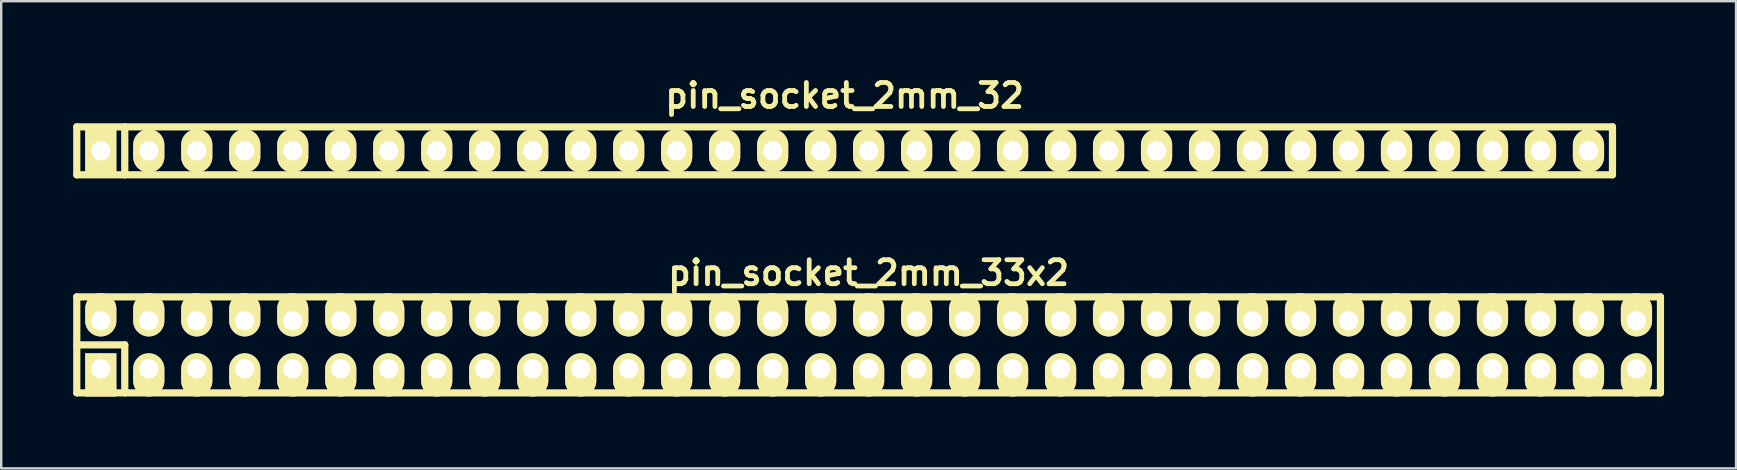
<source format=kicad_pcb>
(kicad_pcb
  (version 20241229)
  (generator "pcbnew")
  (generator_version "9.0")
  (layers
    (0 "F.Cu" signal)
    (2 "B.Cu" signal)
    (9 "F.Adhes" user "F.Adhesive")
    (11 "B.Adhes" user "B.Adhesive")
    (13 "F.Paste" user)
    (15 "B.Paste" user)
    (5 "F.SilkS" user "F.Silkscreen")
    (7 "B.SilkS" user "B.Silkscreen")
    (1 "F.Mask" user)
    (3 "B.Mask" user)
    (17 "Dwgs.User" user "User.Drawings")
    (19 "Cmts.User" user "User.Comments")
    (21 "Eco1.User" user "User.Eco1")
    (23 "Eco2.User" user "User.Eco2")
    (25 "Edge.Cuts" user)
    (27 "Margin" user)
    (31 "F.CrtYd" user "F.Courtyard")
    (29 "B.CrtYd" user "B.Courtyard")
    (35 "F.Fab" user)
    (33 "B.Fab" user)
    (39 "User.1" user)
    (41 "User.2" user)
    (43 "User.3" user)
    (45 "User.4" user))
  (footprint "pin_socket_2mm_33x2"
    (layer "F.Cu")
    (at 33.15 11.322)
    (property "Reference" "pin_socket_2mm_33x2" (at 0 -3 0) (layer "F.SilkS") (effects (font (size 1 1) (thickness 0.2))))
    (attr through_hole)
    (fp_line (start -33 -2) (end 33 -2) (stroke (width 0.3) (type solid)) (layer "F.SilkS"))
    (fp_line (start -33 0) (end -31 0) (stroke (width 0.3) (type solid)) (layer "F.SilkS"))
    (fp_line (start -33 2) (end -33 -2) (stroke (width 0.3) (type solid)) (layer "F.SilkS"))
    (fp_line (start -31 0) (end -31 2) (stroke (width 0.3) (type solid)) (layer "F.SilkS"))
    (fp_line (start 33 -2) (end 33 2) (stroke (width 0.3) (type solid)) (layer "F.SilkS"))
    (fp_line (start 33 2) (end -33 2) (stroke (width 0.3) (type solid)) (layer "F.SilkS"))
    (pad "1" thru_hole rect (at -32 1) (size 1.3 1.8) (drill 0.8 (offset 0 0.25)) (layers "*.Cu" "*.Mask" "F.SilkS"))
    (pad "2" thru_hole oval (at -32 -1) (size 1.3 1.8) (drill 0.8 (offset 0 -0.25)) (layers "*.Cu" "*.Mask" "F.SilkS"))
    (pad "3" thru_hole oval (at -30 1) (size 1.3 1.8) (drill 0.8 (offset 0 0.25)) (layers "*.Cu" "*.Mask" "F.SilkS"))
    (pad "4" thru_hole oval (at -30 -1) (size 1.3 1.8) (drill 0.8 (offset 0 -0.25)) (layers "*.Cu" "*.Mask" "F.SilkS"))
    (pad "5" thru_hole oval (at -28 1) (size 1.3 1.8) (drill 0.8 (offset 0 0.25)) (layers "*.Cu" "*.Mask" "F.SilkS"))
    (pad "6" thru_hole oval (at -28 -1) (size 1.3 1.8) (drill 0.8 (offset 0 -0.25)) (layers "*.Cu" "*.Mask" "F.SilkS"))
    (pad "7" thru_hole oval (at -26 1) (size 1.3 1.8) (drill 0.8 (offset 0 0.25)) (layers "*.Cu" "*.Mask" "F.SilkS"))
    (pad "8" thru_hole oval (at -26 -1) (size 1.3 1.8) (drill 0.8 (offset 0 -0.25)) (layers "*.Cu" "*.Mask" "F.SilkS"))
    (pad "9" thru_hole oval (at -24 1) (size 1.3 1.8) (drill 0.8 (offset 0 0.25)) (layers "*.Cu" "*.Mask" "F.SilkS"))
    (pad "10" thru_hole oval (at -24 -1) (size 1.3 1.8) (drill 0.8 (offset 0 -0.25)) (layers "*.Cu" "*.Mask" "F.SilkS"))
    (pad "11" thru_hole oval (at -22 1) (size 1.3 1.8) (drill 0.8 (offset 0 0.25)) (layers "*.Cu" "*.Mask" "F.SilkS"))
    (pad "12" thru_hole oval (at -22 -1) (size 1.3 1.8) (drill 0.8 (offset 0 -0.25)) (layers "*.Cu" "*.Mask" "F.SilkS"))
    (pad "13" thru_hole oval (at -20 1) (size 1.3 1.8) (drill 0.8 (offset 0 0.25)) (layers "*.Cu" "*.Mask" "F.SilkS"))
    (pad "14" thru_hole oval (at -20 -1) (size 1.3 1.8) (drill 0.8 (offset 0 -0.25)) (layers "*.Cu" "*.Mask" "F.SilkS"))
    (pad "15" thru_hole oval (at -18 1) (size 1.3 1.8) (drill 0.8 (offset 0 0.25)) (layers "*.Cu" "*.Mask" "F.SilkS"))
    (pad "16" thru_hole oval (at -18 -1) (size 1.3 1.8) (drill 0.8 (offset 0 -0.25)) (layers "*.Cu" "*.Mask" "F.SilkS"))
    (pad "17" thru_hole oval (at -16 1) (size 1.3 1.8) (drill 0.8 (offset 0 0.25)) (layers "*.Cu" "*.Mask" "F.SilkS"))
    (pad "18" thru_hole oval (at -16 -1) (size 1.3 1.8) (drill 0.8 (offset 0 -0.25)) (layers "*.Cu" "*.Mask" "F.SilkS"))
    (pad "19" thru_hole oval (at -14 1) (size 1.3 1.8) (drill 0.8 (offset 0 0.25)) (layers "*.Cu" "*.Mask" "F.SilkS"))
    (pad "20" thru_hole oval (at -14 -1) (size 1.3 1.8) (drill 0.8 (offset 0 -0.25)) (layers "*.Cu" "*.Mask" "F.SilkS"))
    (pad "21" thru_hole oval (at -12 1) (size 1.3 1.8) (drill 0.8 (offset 0 0.25)) (layers "*.Cu" "*.Mask" "F.SilkS"))
    (pad "22" thru_hole oval (at -12 -1) (size 1.3 1.8) (drill 0.8 (offset 0 -0.25)) (layers "*.Cu" "*.Mask" "F.SilkS"))
    (pad "23" thru_hole oval (at -10 1) (size 1.3 1.8) (drill 0.8 (offset 0 0.25)) (layers "*.Cu" "*.Mask" "F.SilkS"))
    (pad "24" thru_hole oval (at -10 -1) (size 1.3 1.8) (drill 0.8 (offset 0 -0.25)) (layers "*.Cu" "*.Mask" "F.SilkS"))
    (pad "25" thru_hole oval (at -8 1) (size 1.3 1.8) (drill 0.8 (offset 0 0.25)) (layers "*.Cu" "*.Mask" "F.SilkS"))
    (pad "26" thru_hole oval (at -8 -1) (size 1.3 1.8) (drill 0.8 (offset 0 -0.25)) (layers "*.Cu" "*.Mask" "F.SilkS"))
    (pad "27" thru_hole oval (at -6 1) (size 1.3 1.8) (drill 0.8 (offset 0 0.25)) (layers "*.Cu" "*.Mask" "F.SilkS"))
    (pad "28" thru_hole oval (at -6 -1) (size 1.3 1.8) (drill 0.8 (offset 0 -0.25)) (layers "*.Cu" "*.Mask" "F.SilkS"))
    (pad "29" thru_hole oval (at -4 1) (size 1.3 1.8) (drill 0.8 (offset 0 0.25)) (layers "*.Cu" "*.Mask" "F.SilkS"))
    (pad "30" thru_hole oval (at -4 -1) (size 1.3 1.8) (drill 0.8 (offset 0 -0.25)) (layers "*.Cu" "*.Mask" "F.SilkS"))
    (pad "31" thru_hole oval (at -2 1) (size 1.3 1.8) (drill 0.8 (offset 0 0.25)) (layers "*.Cu" "*.Mask" "F.SilkS"))
    (pad "32" thru_hole oval (at -2 -1) (size 1.3 1.8) (drill 0.8 (offset 0 -0.25)) (layers "*.Cu" "*.Mask" "F.SilkS"))
    (pad "33" thru_hole oval (at 0 1) (size 1.3 1.8) (drill 0.8 (offset 0 0.25)) (layers "*.Cu" "*.Mask" "F.SilkS"))
    (pad "34" thru_hole oval (at 0 -1) (size 1.3 1.8) (drill 0.8 (offset 0 -0.25)) (layers "*.Cu" "*.Mask" "F.SilkS"))
    (pad "35" thru_hole oval (at 2 1) (size 1.3 1.8) (drill 0.8 (offset 0 0.25)) (layers "*.Cu" "*.Mask" "F.SilkS"))
    (pad "36" thru_hole oval (at 2 -1) (size 1.3 1.8) (drill 0.8 (offset 0 -0.25)) (layers "*.Cu" "*.Mask" "F.SilkS"))
    (pad "37" thru_hole oval (at 4 1) (size 1.3 1.8) (drill 0.8 (offset 0 0.25)) (layers "*.Cu" "*.Mask" "F.SilkS"))
    (pad "38" thru_hole oval (at 4 -1) (size 1.3 1.8) (drill 0.8 (offset 0 -0.25)) (layers "*.Cu" "*.Mask" "F.SilkS"))
    (pad "39" thru_hole oval (at 6 1) (size 1.3 1.8) (drill 0.8 (offset 0 0.25)) (layers "*.Cu" "*.Mask" "F.SilkS"))
    (pad "40" thru_hole oval (at 6 -1) (size 1.3 1.8) (drill 0.8 (offset 0 -0.25)) (layers "*.Cu" "*.Mask" "F.SilkS"))
    (pad "41" thru_hole oval (at 8 1) (size 1.3 1.8) (drill 0.8 (offset 0 0.25)) (layers "*.Cu" "*.Mask" "F.SilkS"))
    (pad "42" thru_hole oval (at 8 -1) (size 1.3 1.8) (drill 0.8 (offset 0 -0.25)) (layers "*.Cu" "*.Mask" "F.SilkS"))
    (pad "43" thru_hole oval (at 10 1) (size 1.3 1.8) (drill 0.8 (offset 0 0.25)) (layers "*.Cu" "*.Mask" "F.SilkS"))
    (pad "44" thru_hole oval (at 10 -1) (size 1.3 1.8) (drill 0.8 (offset 0 -0.25)) (layers "*.Cu" "*.Mask" "F.SilkS"))
    (pad "45" thru_hole oval (at 12 1) (size 1.3 1.8) (drill 0.8 (offset 0 0.25)) (layers "*.Cu" "*.Mask" "F.SilkS"))
    (pad "46" thru_hole oval (at 12 -1) (size 1.3 1.8) (drill 0.8 (offset 0 -0.25)) (layers "*.Cu" "*.Mask" "F.SilkS"))
    (pad "47" thru_hole oval (at 14 1) (size 1.3 1.8) (drill 0.8 (offset 0 0.25)) (layers "*.Cu" "*.Mask" "F.SilkS"))
    (pad "48" thru_hole oval (at 14 -1) (size 1.3 1.8) (drill 0.8 (offset 0 -0.25)) (layers "*.Cu" "*.Mask" "F.SilkS"))
    (pad "49" thru_hole oval (at 16 1) (size 1.3 1.8) (drill 0.8 (offset 0 0.25)) (layers "*.Cu" "*.Mask" "F.SilkS"))
    (pad "50" thru_hole oval (at 16 -1) (size 1.3 1.8) (drill 0.8 (offset 0 -0.25)) (layers "*.Cu" "*.Mask" "F.SilkS"))
    (pad "51" thru_hole oval (at 18 1) (size 1.3 1.8) (drill 0.8 (offset 0 0.25)) (layers "*.Cu" "*.Mask" "F.SilkS"))
    (pad "52" thru_hole oval (at 18 -1) (size 1.3 1.8) (drill 0.8 (offset 0 -0.25)) (layers "*.Cu" "*.Mask" "F.SilkS"))
    (pad "53" thru_hole oval (at 20 1) (size 1.3 1.8) (drill 0.8 (offset 0 0.25)) (layers "*.Cu" "*.Mask" "F.SilkS"))
    (pad "54" thru_hole oval (at 20 -1) (size 1.3 1.8) (drill 0.8 (offset 0 -0.25)) (layers "*.Cu" "*.Mask" "F.SilkS"))
    (pad "55" thru_hole oval (at 22 1) (size 1.3 1.8) (drill 0.8 (offset 0 0.25)) (layers "*.Cu" "*.Mask" "F.SilkS"))
    (pad "56" thru_hole oval (at 22 -1) (size 1.3 1.8) (drill 0.8 (offset 0 -0.25)) (layers "*.Cu" "*.Mask" "F.SilkS"))
    (pad "57" thru_hole oval (at 24 1) (size 1.3 1.8) (drill 0.8 (offset 0 0.25)) (layers "*.Cu" "*.Mask" "F.SilkS"))
    (pad "58" thru_hole oval (at 24 -1) (size 1.3 1.8) (drill 0.8 (offset 0 -0.25)) (layers "*.Cu" "*.Mask" "F.SilkS"))
    (pad "59" thru_hole oval (at 26 1) (size 1.3 1.8) (drill 0.8 (offset 0 0.25)) (layers "*.Cu" "*.Mask" "F.SilkS"))
    (pad "60" thru_hole oval (at 26 -1) (size 1.3 1.8) (drill 0.8 (offset 0 -0.25)) (layers "*.Cu" "*.Mask" "F.SilkS"))
    (pad "61" thru_hole oval (at 28 1) (size 1.3 1.8) (drill 0.8 (offset 0 0.25)) (layers "*.Cu" "*.Mask" "F.SilkS"))
    (pad "62" thru_hole oval (at 28 -1) (size 1.3 1.8) (drill 0.8 (offset 0 -0.25)) (layers "*.Cu" "*.Mask" "F.SilkS"))
    (pad "63" thru_hole oval (at 30 1) (size 1.3 1.8) (drill 0.8 (offset 0 0.25)) (layers "*.Cu" "*.Mask" "F.SilkS"))
    (pad "64" thru_hole oval (at 30 -1) (size 1.3 1.8) (drill 0.8 (offset 0 -0.25)) (layers "*.Cu" "*.Mask" "F.SilkS"))
    (pad "65" thru_hole oval (at 32 1) (size 1.3 1.8) (drill 0.8 (offset 0 0.25)) (layers "*.Cu" "*.Mask" "F.SilkS"))
    (pad "66" thru_hole oval (at 32 -1) (size 1.3 1.8) (drill 0.8 (offset 0 -0.25)) (layers "*.Cu" "*.Mask" "F.SilkS")))
  (footprint "pin_socket_2mm_32"
    (layer "F.Cu")
    (at 32.15 3.236)
    (property "Reference" "pin_socket_2mm_32" (at 0 -2.3 0) (layer "F.SilkS") (effects (font (size 1 1) (thickness 0.2))))
    (attr through_hole)
    (fp_line (start -32 -1) (end 32 -1) (stroke (width 0.3) (type solid)) (layer "F.SilkS"))
    (fp_line (start -32 1) (end -32 -1) (stroke (width 0.3) (type solid)) (layer "F.SilkS"))
    (fp_line (start -30 -1) (end -30 1) (stroke (width 0.3) (type solid)) (layer "F.SilkS"))
    (fp_line (start 32 -1) (end 32 1) (stroke (width 0.3) (type solid)) (layer "F.SilkS"))
    (fp_line (start 32 1) (end -32 1) (stroke (width 0.3) (type solid)) (layer "F.SilkS"))
    (pad "1" thru_hole rect (at -31 0) (size 1.3 1.8) (drill 0.8) (layers "*.Cu" "*.Mask" "F.SilkS"))
    (pad "2" thru_hole oval (at -29 0) (size 1.3 1.8) (drill 0.8) (layers "*.Cu" "*.Mask" "F.SilkS"))
    (pad "3" thru_hole oval (at -27 0) (size 1.3 1.8) (drill 0.8) (layers "*.Cu" "*.Mask" "F.SilkS"))
    (pad "4" thru_hole oval (at -25 0) (size 1.3 1.8) (drill 0.8) (layers "*.Cu" "*.Mask" "F.SilkS"))
    (pad "5" thru_hole oval (at -23 0) (size 1.3 1.8) (drill 0.8) (layers "*.Cu" "*.Mask" "F.SilkS"))
    (pad "6" thru_hole oval (at -21 0) (size 1.3 1.8) (drill 0.8) (layers "*.Cu" "*.Mask" "F.SilkS"))
    (pad "7" thru_hole oval (at -19 0) (size 1.3 1.8) (drill 0.8) (layers "*.Cu" "*.Mask" "F.SilkS"))
    (pad "8" thru_hole oval (at -17 0) (size 1.3 1.8) (drill 0.8) (layers "*.Cu" "*.Mask" "F.SilkS"))
    (pad "9" thru_hole oval (at -15 0) (size 1.3 1.8) (drill 0.8) (layers "*.Cu" "*.Mask" "F.SilkS"))
    (pad "10" thru_hole oval (at -13 0) (size 1.3 1.8) (drill 0.8) (layers "*.Cu" "*.Mask" "F.SilkS"))
    (pad "11" thru_hole oval (at -11 0) (size 1.3 1.8) (drill 0.8) (layers "*.Cu" "*.Mask" "F.SilkS"))
    (pad "12" thru_hole oval (at -9 0) (size 1.3 1.8) (drill 0.8) (layers "*.Cu" "*.Mask" "F.SilkS"))
    (pad "13" thru_hole oval (at -7 0) (size 1.3 1.8) (drill 0.8) (layers "*.Cu" "*.Mask" "F.SilkS"))
    (pad "14" thru_hole oval (at -5 0) (size 1.3 1.8) (drill 0.8) (layers "*.Cu" "*.Mask" "F.SilkS"))
    (pad "15" thru_hole oval (at -3 0) (size 1.3 1.8) (drill 0.8) (layers "*.Cu" "*.Mask" "F.SilkS"))
    (pad "16" thru_hole oval (at -1 0) (size 1.3 1.8) (drill 0.8) (layers "*.Cu" "*.Mask" "F.SilkS"))
    (pad "17" thru_hole oval (at 1 0) (size 1.3 1.8) (drill 0.8) (layers "*.Cu" "*.Mask" "F.SilkS"))
    (pad "18" thru_hole oval (at 3 0) (size 1.3 1.8) (drill 0.8) (layers "*.Cu" "*.Mask" "F.SilkS"))
    (pad "19" thru_hole oval (at 5 0) (size 1.3 1.8) (drill 0.8) (layers "*.Cu" "*.Mask" "F.SilkS"))
    (pad "20" thru_hole oval (at 7 0) (size 1.3 1.8) (drill 0.8) (layers "*.Cu" "*.Mask" "F.SilkS"))
    (pad "21" thru_hole oval (at 9 0) (size 1.3 1.8) (drill 0.8) (layers "*.Cu" "*.Mask" "F.SilkS"))
    (pad "22" thru_hole oval (at 11 0) (size 1.3 1.8) (drill 0.8) (layers "*.Cu" "*.Mask" "F.SilkS"))
    (pad "23" thru_hole oval (at 13 0) (size 1.3 1.8) (drill 0.8) (layers "*.Cu" "*.Mask" "F.SilkS"))
    (pad "24" thru_hole oval (at 15 0) (size 1.3 1.8) (drill 0.8) (layers "*.Cu" "*.Mask" "F.SilkS"))
    (pad "25" thru_hole oval (at 17 0) (size 1.3 1.8) (drill 0.8) (layers "*.Cu" "*.Mask" "F.SilkS"))
    (pad "26" thru_hole oval (at 19 0) (size 1.3 1.8) (drill 0.8) (layers "*.Cu" "*.Mask" "F.SilkS"))
    (pad "27" thru_hole oval (at 21 0) (size 1.3 1.8) (drill 0.8) (layers "*.Cu" "*.Mask" "F.SilkS"))
    (pad "28" thru_hole oval (at 23 0) (size 1.3 1.8) (drill 0.8) (layers "*.Cu" "*.Mask" "F.SilkS"))
    (pad "29" thru_hole oval (at 25 0) (size 1.3 1.8) (drill 0.8) (layers "*.Cu" "*.Mask" "F.SilkS"))
    (pad "30" thru_hole oval (at 27 0) (size 1.3 1.8) (drill 0.8) (layers "*.Cu" "*.Mask" "F.SilkS"))
    (pad "31" thru_hole oval (at 29 0) (size 1.3 1.8) (drill 0.8) (layers "*.Cu" "*.Mask" "F.SilkS"))
    (pad "32" thru_hole oval (at 31 0) (size 1.3 1.8) (drill 0.8) (layers "*.Cu" "*.Mask" "F.SilkS")))
  (gr_rect
    (start -3 -3)
    (end 69.3 16.472)
    (stroke (width 0.1) (type default))
    (fill no)
    (layer "Edge.Cuts")))
</source>
